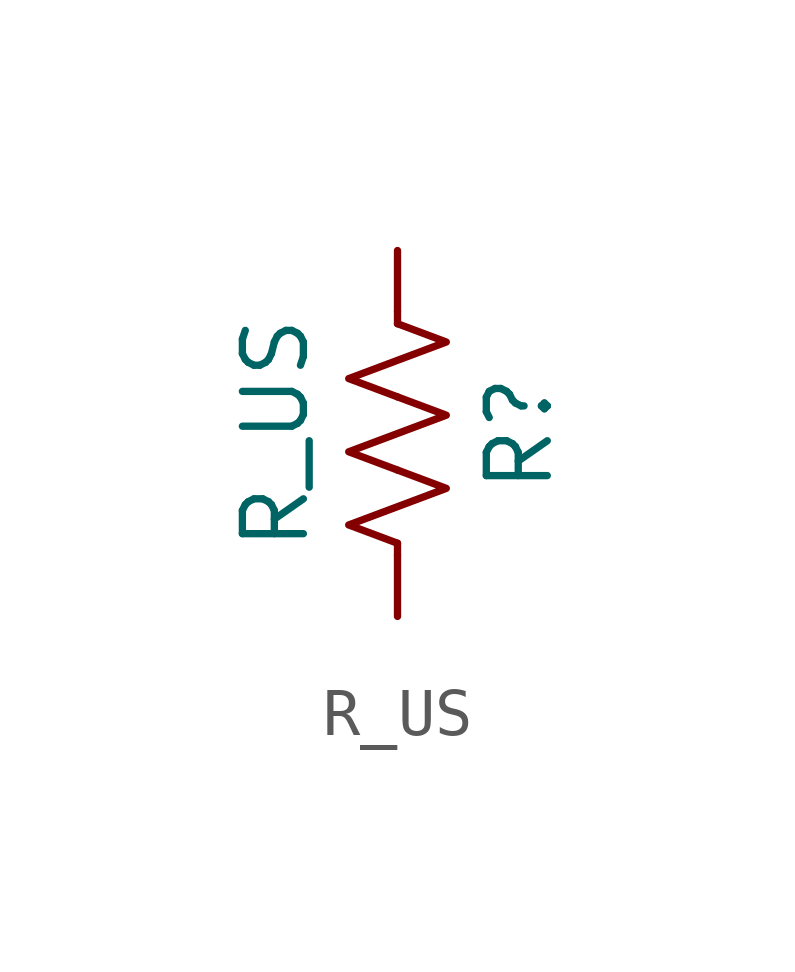
<source format=kicad_sym>
(kicad_symbol_lib
  (version 20210619)
  (generator kicad_symbol_editor)
  (symbol "custom:R_US"
    (pin_numbers hide)
    (pin_names
      (offset 0))
    (property "Reference" "R"
      (at 2.54 0 90)
      (effects (font (size 1.27 1.27))))
    (property "Value" "R_US"
      (at -2.54 0 90)
      (effects (font (size 1.27 1.27))))
    (symbol "R_US_0_1"
      (polyline (pts (xy 0 -2.286) (xy 0 -2.54)) (stroke (width 0)) (fill (type none)))
      (polyline (pts (xy 0 2.286) (xy 0 2.54)) (stroke (width 0)) (fill (type none)))
      (polyline (pts (xy 0 -0.762) (xy 1.016 -1.143) (xy 0 -1.524) (xy -1.016 -1.905) (xy 0 -2.286)) (stroke (width 0)) (fill (type none)))
      (polyline (pts (xy 0 0.762) (xy 1.016 0.381) (xy 0 0) (xy -1.016 -0.381) (xy 0 -0.762)) (stroke (width 0)) (fill (type none)))
      (polyline (pts (xy 0 2.286) (xy 1.016 1.905) (xy 0 1.524) (xy -1.016 1.143) (xy 0 0.762)) (stroke (width 0)) (fill (type none))))
    (symbol "R_US_1_1"
      (pin passive line (at 0 3.81 270) (length 1.27) (name "~" (effects (font (size 1.27 1.27)))) (number "1" (effects (font (size 1.27 1.27)))))
      (pin passive line (at 0 -3.81 90) (length 1.27) (name "~" (effects (font (size 1.27 1.27)))) (number "2" (effects (font (size 1.27 1.27))))))))
</source>
